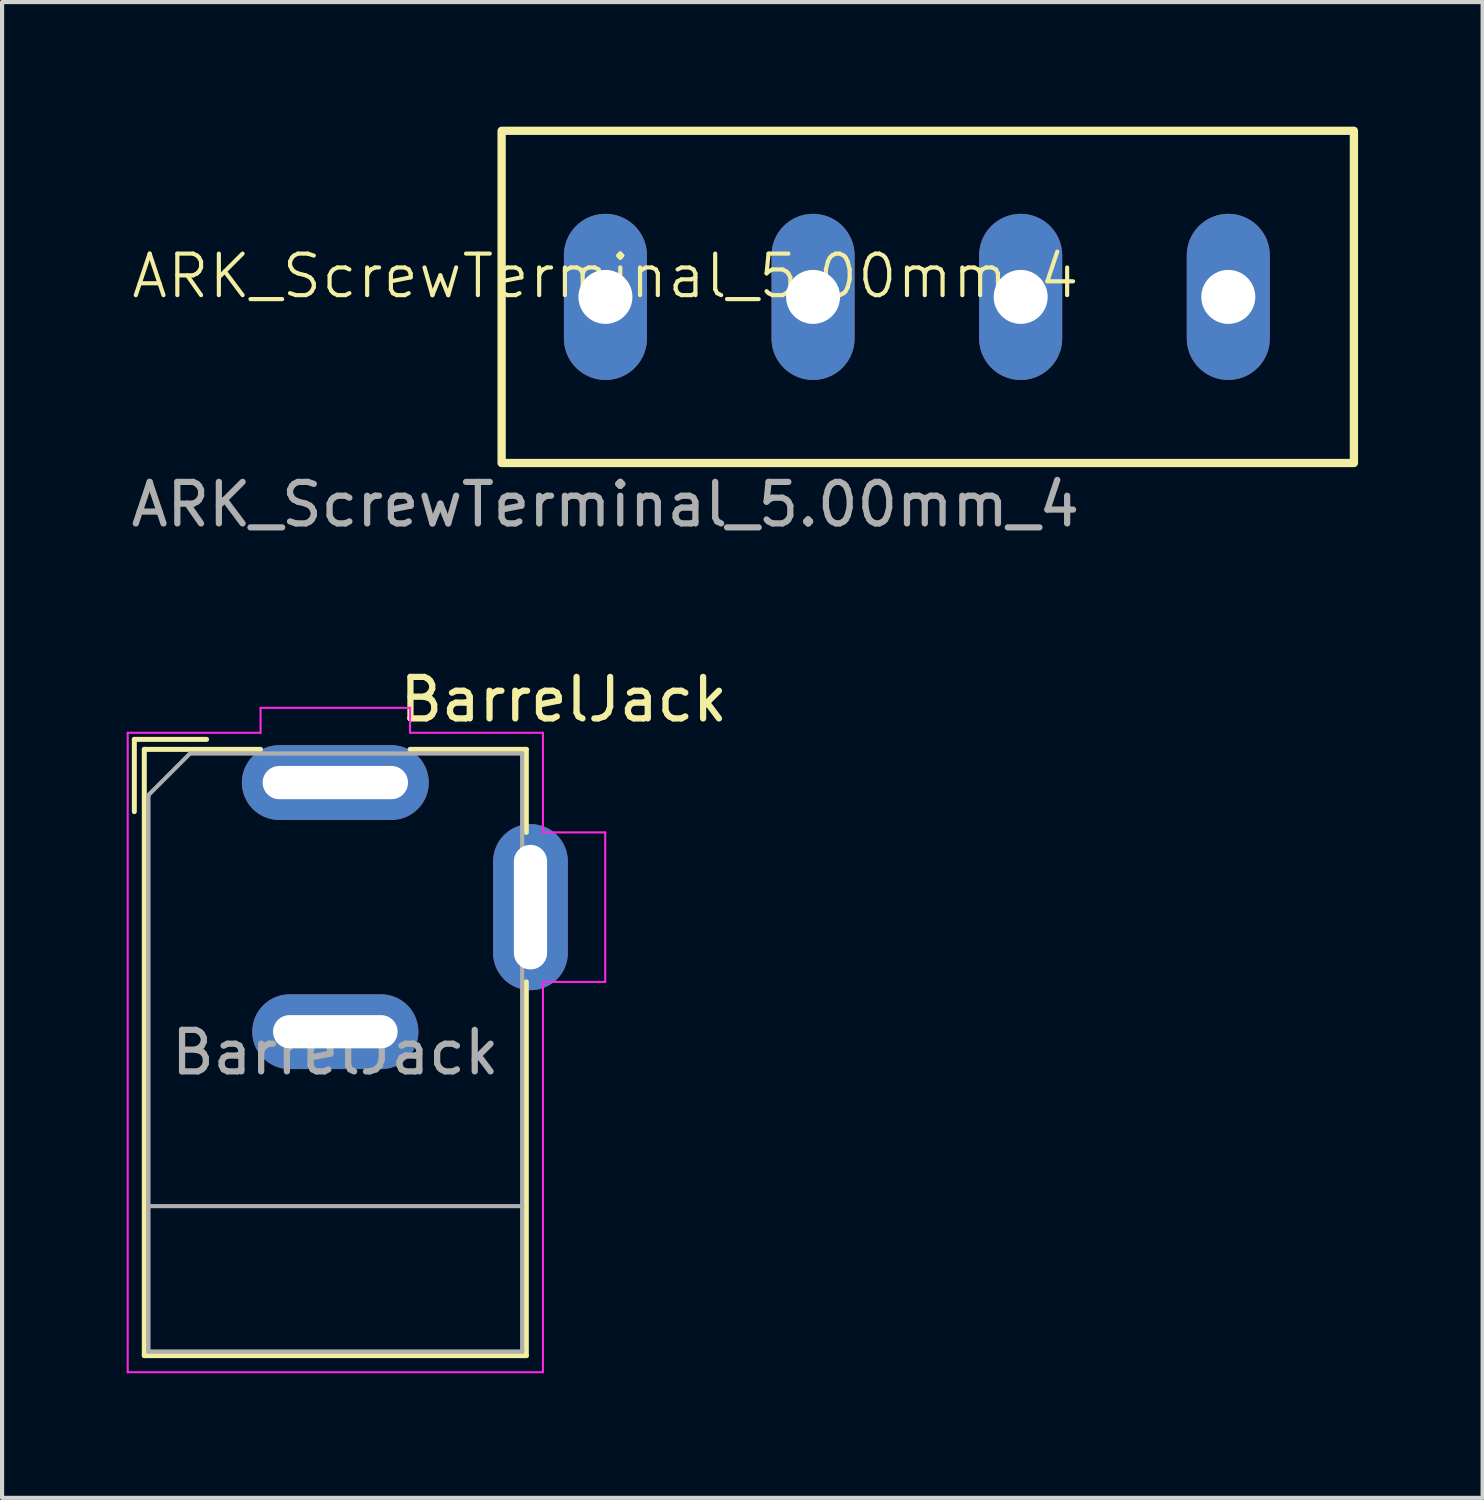
<source format=kicad_pcb>
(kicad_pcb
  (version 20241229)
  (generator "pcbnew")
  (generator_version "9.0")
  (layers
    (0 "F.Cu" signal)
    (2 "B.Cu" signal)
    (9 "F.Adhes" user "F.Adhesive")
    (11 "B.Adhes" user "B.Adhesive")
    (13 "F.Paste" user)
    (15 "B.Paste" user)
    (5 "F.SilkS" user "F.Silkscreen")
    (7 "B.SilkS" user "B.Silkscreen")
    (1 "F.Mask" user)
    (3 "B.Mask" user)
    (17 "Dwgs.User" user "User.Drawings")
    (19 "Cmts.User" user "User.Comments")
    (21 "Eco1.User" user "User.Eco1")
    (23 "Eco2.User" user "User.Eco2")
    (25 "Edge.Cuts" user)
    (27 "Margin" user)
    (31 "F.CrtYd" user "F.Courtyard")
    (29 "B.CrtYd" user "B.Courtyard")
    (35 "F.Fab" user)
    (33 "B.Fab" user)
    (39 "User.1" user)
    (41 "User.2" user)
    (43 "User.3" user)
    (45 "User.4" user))
  (footprint "ARK_ScrewTerminal_5.00mm_4"
    (layer "F.Cu")
    (at 11.53 4.1)
    (property "Reference" "ARK_ScrewTerminal_5.00mm_4" (at 0 -0.5 0) (unlocked yes) (layer "F.SilkS") (effects (font (size 1 1) (thickness 0.1))))
    (attr through_hole)
    (fp_rect (start -2.5 -4) (end 18.025 4) (stroke (width 0.2) (type default)) (fill no) (layer "F.SilkS"))
    (fp_text user "${REFERENCE}" (at 0 5 0) (unlocked yes) (layer "F.Fab") (effects (font (size 1 1) (thickness 0.15))))
    (pad "1" thru_hole oval (at 0 0) (size 2 4) (drill 1.3) (layers "*.Cu" "*.Mask"))
    (pad "2" thru_hole oval (at 5 0) (size 2 4) (drill 1.3) (layers "*.Cu" "*.Mask"))
    (pad "3" thru_hole oval (at 10 0) (size 2 4) (drill 1.3) (layers "*.Cu" "*.Mask"))
    (pad "4" thru_hole oval (at 15 0) (size 2 4) (drill 1.3) (layers "*.Cu" "*.Mask")))
  (footprint "BarrelJack"
    (layer "F.Cu")
    (at 5.025 15.796)
    (property "Reference" "BarrelJack" (at 5.5 -2 0) (layer "F.SilkS") (effects (font (size 1 1) (thickness 0.15))))
    (attr through_hole)
    (fp_line (start -4.84 -1.04) (end -3.1 -1.04) (stroke (width 0.12) (type solid)) (layer "F.SilkS"))
    (fp_line (start -4.84 0.7) (end -4.84 -1.04) (stroke (width 0.12) (type solid)) (layer "F.SilkS"))
    (fp_line (start -4.6 -0.8) (end -1.8 -0.8) (stroke (width 0.12) (type solid)) (layer "F.SilkS"))
    (fp_line (start -4.6 13.8) (end -4.6 -0.8) (stroke (width 0.12) (type solid)) (layer "F.SilkS"))
    (fp_line (start 1.8 -0.8) (end 4.6 -0.8) (stroke (width 0.12) (type solid)) (layer "F.SilkS"))
    (fp_line (start 4.6 -0.8) (end 4.6 1.2) (stroke (width 0.12) (type solid)) (layer "F.SilkS"))
    (fp_line (start 4.6 4.8) (end 4.6 13.8) (stroke (width 0.12) (type solid)) (layer "F.SilkS"))
    (fp_line (start 4.6 13.8) (end -4.6 13.8) (stroke (width 0.12) (type solid)) (layer "F.SilkS"))
    (fp_line (start -5 -1.2) (end -1.8 -1.2) (stroke (width 0.05) (type solid)) (layer "F.CrtYd"))
    (fp_line (start -5 14.2) (end -5 -1.2) (stroke (width 0.05) (type solid)) (layer "F.CrtYd"))
    (fp_line (start -1.8 -1.8) (end 1.8 -1.8) (stroke (width 0.05) (type solid)) (layer "F.CrtYd"))
    (fp_line (start -1.8 -1.2) (end -1.8 -1.8) (stroke (width 0.05) (type solid)) (layer "F.CrtYd"))
    (fp_line (start 1.8 -1.8) (end 1.8 -1.2) (stroke (width 0.05) (type solid)) (layer "F.CrtYd"))
    (fp_line (start 1.8 -1.2) (end 5 -1.2) (stroke (width 0.05) (type solid)) (layer "F.CrtYd"))
    (fp_line (start 5 -1.2) (end 5 1.2) (stroke (width 0.05) (type solid)) (layer "F.CrtYd"))
    (fp_line (start 5 1.2) (end 6.5 1.2) (stroke (width 0.05) (type solid)) (layer "F.CrtYd"))
    (fp_line (start 5 4.8) (end 5 14.2) (stroke (width 0.05) (type solid)) (layer "F.CrtYd"))
    (fp_line (start 5 14.2) (end -5 14.2) (stroke (width 0.05) (type solid)) (layer "F.CrtYd"))
    (fp_line (start 6.5 1.2) (end 6.5 4.8) (stroke (width 0.05) (type solid)) (layer "F.CrtYd"))
    (fp_line (start 6.5 4.8) (end 5 4.8) (stroke (width 0.05) (type solid)) (layer "F.CrtYd"))
    (fp_line (start -4.5 0.3) (end -3.5 -0.7) (stroke (width 0.1) (type solid)) (layer "F.Fab"))
    (fp_line (start -4.5 10.2) (end 4.5 10.2) (stroke (width 0.1) (type solid)) (layer "F.Fab"))
    (fp_line (start -4.5 13.7) (end -4.5 0.3) (stroke (width 0.1) (type solid)) (layer "F.Fab"))
    (fp_line (start -3.5 -0.7) (end 4.5 -0.7) (stroke (width 0.1) (type solid)) (layer "F.Fab"))
    (fp_line (start 4.5 -0.7) (end 4.5 13.7) (stroke (width 0.1) (type solid)) (layer "F.Fab"))
    (fp_line (start 4.5 13.7) (end -4.5 13.7) (stroke (width 0.1) (type solid)) (layer "F.Fab"))
    (fp_text user "${REFERENCE}" (at 0 6.5 180) (layer "F.Fab") (effects (font (size 1 1) (thickness 0.15))))
    (pad "1" thru_hole oval (at 0 0) (size 4.5 1.8) (drill oval 3.5 0.8) (layers "*.Cu" "*.Mask"))
    (pad "2" thru_hole oval (at 0 6) (size 4 1.8) (drill oval 3 0.8) (layers "*.Cu" "*.Mask"))
    (pad "3" thru_hole oval (at 4.7 3) (size 1.8 4) (drill oval 0.8 3) (layers "*.Cu" "*.Mask")))
  (gr_rect
    (start -3 -3)
    (end 32.655 33.022)
    (stroke (width 0.1) (type default))
    (fill no)
    (layer "Edge.Cuts")))
</source>
